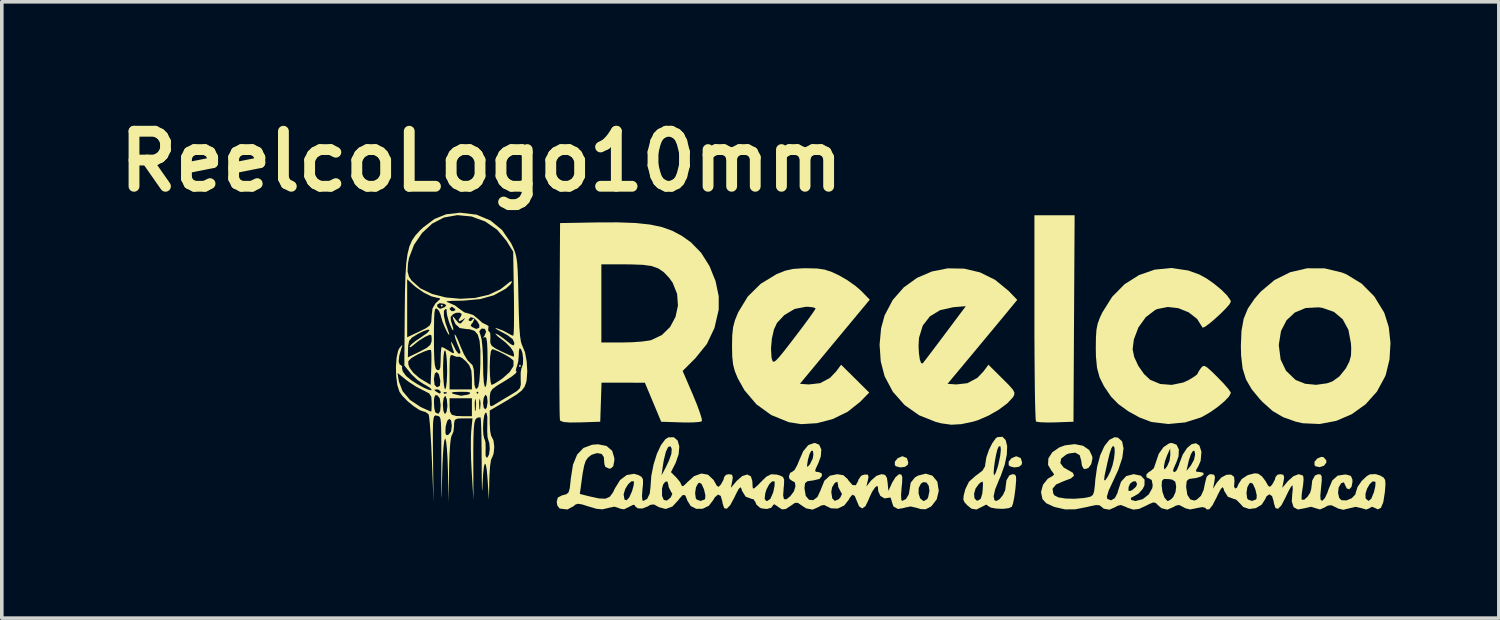
<source format=kicad_pcb>
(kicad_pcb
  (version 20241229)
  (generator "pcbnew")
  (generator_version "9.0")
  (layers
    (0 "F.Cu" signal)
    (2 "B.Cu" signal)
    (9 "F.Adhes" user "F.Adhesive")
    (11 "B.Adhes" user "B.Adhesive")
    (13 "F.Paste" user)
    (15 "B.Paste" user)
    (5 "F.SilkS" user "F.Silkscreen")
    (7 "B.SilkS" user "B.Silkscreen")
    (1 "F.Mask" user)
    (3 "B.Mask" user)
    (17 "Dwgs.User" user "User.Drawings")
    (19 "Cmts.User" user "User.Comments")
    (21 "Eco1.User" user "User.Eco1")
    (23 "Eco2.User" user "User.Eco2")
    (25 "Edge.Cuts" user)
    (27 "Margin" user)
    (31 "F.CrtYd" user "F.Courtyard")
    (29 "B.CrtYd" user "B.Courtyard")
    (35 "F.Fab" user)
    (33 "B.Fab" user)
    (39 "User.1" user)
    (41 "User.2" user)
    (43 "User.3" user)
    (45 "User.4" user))
  (footprint "ReelcoLogo10mm"
    (layer "F.Cu")
    (at 21.757 6.803)
    (property "Reference" "ReelcoLogo10mm" (at -11.481 -5.385 0) (layer "F.SilkS") (effects (font (size 1.524 1.524) (thickness 0.3))))
    (attr board_only exclude_from_pos_files exclude_from_bom)
    (fp_poly (pts (xy -12.545 -1.391) (xy -12.576 -1.36) (xy -12.607 -1.391) (xy -12.576 -1.421)) (stroke (width 0) (type solid)) (fill yes) (layer "F.SilkS"))
    (fp_poly (pts (xy -10.382 0.278) (xy -10.413 0.309) (xy -10.444 0.278) (xy -10.413 0.247)) (stroke (width 0) (type solid)) (fill yes) (layer "F.SilkS"))
    (fp_poly (pts (xy 11.835 2.803) (xy 11.911 2.888) (xy 11.916 2.951) (xy 11.848 3.041) (xy 11.728 3.081) (xy 11.616 3.056) (xy 11.586 3.026) (xy 11.586 2.931) (xy 11.663 2.841) (xy 11.774 2.796)) (stroke (width 0) (type solid)) (fill yes) (layer "F.SilkS"))
    (fp_poly (pts (xy 0.302 2.83) (xy 0.339 2.951) (xy 0.326 3.013) (xy 0.25 3.072) (xy 0.121 3.088) (xy 0.003 3.058) (xy -0.033 3.026) (xy -0.032 2.928) (xy 0.046 2.833) (xy 0.166 2.782) (xy 0.186 2.781)) (stroke (width 0) (type solid)) (fill yes) (layer "F.SilkS"))
    (fp_poly (pts (xy 3.453 2.83) (xy 3.491 2.951) (xy 3.477 3.013) (xy 3.402 3.072) (xy 3.273 3.088) (xy 3.155 3.058) (xy 3.119 3.026) (xy 3.119 2.928) (xy 3.198 2.833) (xy 3.318 2.782) (xy 3.338 2.781)) (stroke (width 0) (type solid)) (fill yes) (layer "F.SilkS"))
    (fp_poly (pts (xy 4.929 -1.035) (xy 4.913 1.823) (xy 4.416 1.841) (xy 4.179 1.844) (xy 3.991 1.837) (xy 3.885 1.821) (xy 3.875 1.815) (xy 3.866 1.746) (xy 3.858 1.566) (xy 3.85 1.288) (xy 3.844 0.923) (xy 3.839 0.484) (xy 3.835 -0.016) (xy 3.832 -0.564) (xy 3.832 -1.061) (xy 3.832 -3.893) (xy 4.945 -3.893)) (stroke (width 0) (type solid)) (fill yes) (layer "F.SilkS"))
    (fp_poly (pts (xy 11.864 -2.424) (xy 12.342 -2.309) (xy 12.473 -2.256) (xy 12.891 -2.001) (xy 13.24 -1.649) (xy 13.51 -1.208) (xy 13.521 -1.185) (xy 13.642 -0.799) (xy 13.69 -0.357) (xy 13.663 0.097) (xy 13.561 0.519) (xy 13.542 0.568) (xy 13.315 0.988) (xy 13.001 1.34) (xy 12.619 1.614) (xy 12.188 1.799) (xy 11.729 1.886) (xy 11.261 1.865) (xy 11.067 1.821) (xy 10.718 1.697) (xy 10.428 1.527) (xy 10.15 1.279) (xy 10.075 1.2) (xy 9.844 0.92) (xy 9.688 0.648) (xy 9.596 0.35) (xy 9.554 -0.011) (xy 9.548 -0.278) (xy 9.548 -0.283) (xy 10.599 -0.283) (xy 10.649 0.101) (xy 10.798 0.412) (xy 11.048 0.653) (xy 11.08 0.674) (xy 11.329 0.772) (xy 11.63 0.801) (xy 11.934 0.759) (xy 12.09 0.703) (xy 12.277 0.566) (xy 12.445 0.357) (xy 12.462 0.33) (xy 12.552 0.155) (xy 12.596 -0.004) (xy 12.603 -0.203) (xy 12.596 -0.341) (xy 12.525 -0.721) (xy 12.367 -1.014) (xy 12.125 -1.218) (xy 11.802 -1.33) (xy 11.694 -1.344) (xy 11.34 -1.325) (xy 11.042 -1.201) (xy 10.811 -0.985) (xy 10.659 -0.688) (xy 10.6 -0.322) (xy 10.599 -0.283) (xy 9.548 -0.283) (xy 9.565 -0.694) (xy 9.625 -1.027) (xy 9.742 -1.311) (xy 9.928 -1.584) (xy 10.101 -1.782) (xy 10.479 -2.1) (xy 10.912 -2.316) (xy 11.38 -2.425)) (stroke (width 0) (type solid)) (fill yes) (layer "F.SilkS"))
    (fp_poly (pts (xy 1.883 -2.416) (xy 2.325 -2.312) (xy 2.743 -2.106) (xy 3.115 -1.801) (xy 3.356 -1.551) (xy 3.011 -1.131) (xy 2.842 -0.927) (xy 2.62 -0.66) (xy 2.37 -0.359) (xy 2.118 -0.055) (xy 2.046 0.031) (xy 1.427 0.773) (xy 1.668 0.791) (xy 1.976 0.756) (xy 2.251 0.609) (xy 2.422 0.43) (xy 2.559 0.245) (xy 2.943 0.626) (xy 3.127 0.81) (xy 3.234 0.933) (xy 3.278 1.015) (xy 3.273 1.082) (xy 3.236 1.148) (xy 3.081 1.314) (xy 2.845 1.49) (xy 2.563 1.652) (xy 2.273 1.778) (xy 2.135 1.821) (xy 1.807 1.89) (xy 1.533 1.906) (xy 1.257 1.868) (xy 1.108 1.831) (xy 0.641 1.645) (xy 0.236 1.36) (xy -0.089 0.991) (xy -0.317 0.561) (xy -0.423 0.151) (xy -0.452 -0.274) (xy 0.624 -0.274) (xy 0.634 -0.075) (xy 0.658 0.093) (xy 0.694 0.198) (xy 0.735 0.211) (xy 0.737 0.209) (xy 0.789 0.143) (xy 0.902 -0.004) (xy 1.06 -0.213) (xy 1.25 -0.465) (xy 1.359 -0.611) (xy 1.932 -1.376) (xy 1.582 -1.347) (xy 1.221 -1.266) (xy 0.938 -1.094) (xy 0.741 -0.839) (xy 0.639 -0.509) (xy 0.635 -0.474) (xy 0.624 -0.274) (xy -0.452 -0.274) (xy -0.455 -0.307) (xy -0.413 -0.763) (xy -0.316 -1.121) (xy -0.09 -1.549) (xy 0.215 -1.897) (xy 0.582 -2.16) (xy 0.994 -2.337) (xy 1.433 -2.424)) (stroke (width 0) (type solid)) (fill yes) (layer "F.SilkS"))
    (fp_poly (pts (xy -7.212 -3.679) (xy -6.814 -3.637) (xy -6.48 -3.566) (xy -6.192 -3.463) (xy -5.931 -3.324) (xy -5.678 -3.144) (xy -5.677 -3.143) (xy -5.395 -2.854) (xy -5.163 -2.485) (xy -4.996 -2.071) (xy -4.908 -1.649) (xy -4.909 -1.281) (xy -5.027 -0.77) (xy -5.237 -0.329) (xy -5.552 0.061) (xy -5.559 0.069) (xy -5.907 0.417) (xy -5.618 1.089) (xy -5.509 1.355) (xy -5.427 1.58) (xy -5.379 1.74) (xy -5.374 1.81) (xy -5.452 1.83) (xy -5.623 1.842) (xy -5.855 1.844) (xy -5.96 1.841) (xy -6.501 1.823) (xy -6.727 1.283) (xy -6.953 0.743) (xy -7.553 0.742) (xy -8.153 0.742) (xy -8.189 1.823) (xy -8.73 1.841) (xy -9.016 1.845) (xy -9.195 1.832) (xy -9.286 1.801) (xy -9.303 1.779) (xy -9.309 1.702) (xy -9.314 1.515) (xy -9.317 1.23) (xy -9.32 0.861) (xy -9.321 0.42) (xy -9.321 -0.079) (xy -9.32 -0.371) (xy -8.158 -0.371) (xy -7.586 -0.371) (xy -7.301 -0.378) (xy -7.035 -0.397) (xy -6.832 -0.425) (xy -6.781 -0.436) (xy -6.483 -0.577) (xy -6.255 -0.8) (xy -6.104 -1.081) (xy -6.037 -1.395) (xy -6.061 -1.717) (xy -6.184 -2.025) (xy -6.282 -2.162) (xy -6.427 -2.315) (xy -6.578 -2.42) (xy -6.763 -2.486) (xy -7.008 -2.521) (xy -7.34 -2.533) (xy -7.475 -2.534) (xy -8.158 -2.534) (xy -8.158 -0.371) (xy -9.32 -0.371) (xy -9.319 -0.624) (xy -9.317 -0.989) (xy -9.301 -3.677) (xy -8.281 -3.695) (xy -7.695 -3.697)) (stroke (width 0) (type solid)) (fill yes) (layer "F.SilkS"))
    (fp_poly (pts (xy -2.185 -2.419) (xy -1.976 -2.389) (xy -1.778 -2.323) (xy -1.591 -2.236) (xy -1.347 -2.096) (xy -1.111 -1.928) (xy -0.966 -1.801) (xy -0.727 -1.556) (xy -1.694 -0.392) (xy -2.661 0.773) (xy -2.416 0.791) (xy -2.103 0.756) (xy -1.827 0.609) (xy -1.657 0.43) (xy -1.52 0.245) (xy -1.131 0.63) (xy -0.742 1.016) (xy -0.997 1.276) (xy -1.339 1.547) (xy -1.746 1.746) (xy -2.185 1.863) (xy -2.624 1.89) (xy -2.971 1.835) (xy -3.454 1.638) (xy -3.864 1.342) (xy -4.196 0.951) (xy -4.381 0.621) (xy -4.462 0.424) (xy -4.511 0.239) (xy -4.534 0.02) (xy -4.539 -0.209) (xy -3.461 -0.209) (xy -3.447 0.039) (xy -3.435 0.094) (xy -3.415 0.149) (xy -3.382 0.164) (xy -3.326 0.129) (xy -3.234 0.032) (xy -3.095 -0.138) (xy -2.898 -0.392) (xy -2.811 -0.506) (xy -2.61 -0.77) (xy -2.439 -1.001) (xy -2.311 -1.18) (xy -2.238 -1.289) (xy -2.226 -1.313) (xy -2.28 -1.341) (xy -2.419 -1.358) (xy -2.494 -1.36) (xy -2.805 -1.3) (xy -3.092 -1.13) (xy -3.295 -0.914) (xy -3.378 -0.735) (xy -3.436 -0.483) (xy -3.461 -0.209) (xy -4.539 -0.209) (xy -4.54 -0.277) (xy -4.54 -0.278) (xy -4.534 -0.573) (xy -4.511 -0.791) (xy -4.461 -0.981) (xy -4.377 -1.189) (xy -4.362 -1.22) (xy -4.102 -1.645) (xy -3.745 -1.997) (xy -3.305 -2.264) (xy -3.294 -2.269) (xy -3.067 -2.359) (xy -2.845 -2.408) (xy -2.573 -2.426) (xy -2.463 -2.426)) (stroke (width 0) (type solid)) (fill yes) (layer "F.SilkS"))
    (fp_poly (pts (xy 8.09 -2.364) (xy 8.397 -2.254) (xy 8.597 -2.144) (xy 8.809 -1.995) (xy 9.008 -1.831) (xy 9.166 -1.673) (xy 9.257 -1.544) (xy 9.27 -1.498) (xy 9.23 -1.426) (xy 9.125 -1.307) (xy 8.981 -1.163) (xy 8.82 -1.016) (xy 8.669 -0.889) (xy 8.55 -0.803) (xy 8.489 -0.781) (xy 8.486 -0.785) (xy 8.336 -1.023) (xy 8.103 -1.205) (xy 7.82 -1.32) (xy 7.519 -1.354) (xy 7.233 -1.297) (xy 7.173 -1.269) (xy 6.914 -1.071) (xy 6.711 -0.788) (xy 6.585 -0.456) (xy 6.551 -0.183) (xy 6.595 0.032) (xy 6.709 0.277) (xy 6.867 0.504) (xy 7.039 0.664) (xy 7.315 0.778) (xy 7.633 0.803) (xy 7.953 0.737) (xy 8.103 0.668) (xy 8.248 0.58) (xy 8.335 0.514) (xy 8.345 0.498) (xy 8.38 0.428) (xy 8.438 0.343) (xy 8.488 0.288) (xy 8.541 0.278) (xy 8.619 0.323) (xy 8.744 0.435) (xy 8.9 0.588) (xy 9.07 0.764) (xy 9.198 0.912) (xy 9.265 1.009) (xy 9.27 1.026) (xy 9.221 1.123) (xy 9.092 1.258) (xy 8.909 1.411) (xy 8.7 1.559) (xy 8.492 1.679) (xy 8.443 1.703) (xy 8.005 1.842) (xy 7.538 1.886) (xy 7.088 1.832) (xy 7.045 1.821) (xy 6.742 1.705) (xy 6.43 1.533) (xy 6.154 1.333) (xy 5.956 1.13) (xy 5.953 1.127) (xy 5.761 0.845) (xy 5.636 0.594) (xy 5.565 0.332) (xy 5.535 0.016) (xy 5.531 -0.216) (xy 5.535 -0.514) (xy 5.55 -0.728) (xy 5.585 -0.898) (xy 5.646 -1.062) (xy 5.712 -1.202) (xy 5.986 -1.638) (xy 6.329 -1.985) (xy 6.727 -2.237) (xy 7.162 -2.388) (xy 7.622 -2.433)) (stroke (width 0) (type solid)) (fill yes) (layer "F.SilkS"))
    (fp_poly (pts (xy 3.036 2.33) (xy 3.077 2.5) (xy 3.068 2.734) (xy 3.009 3.014) (xy 2.9 3.323) (xy 2.857 3.42) (xy 2.746 3.693) (xy 2.702 3.888) (xy 2.726 3.997) (xy 2.778 4.017) (xy 2.868 3.967) (xy 2.961 3.851) (xy 3.022 3.719) (xy 3.029 3.672) (xy 3.058 3.445) (xy 3.137 3.309) (xy 3.226 3.275) (xy 3.289 3.285) (xy 3.321 3.331) (xy 3.326 3.441) (xy 3.309 3.642) (xy 3.304 3.693) (xy 3.274 3.914) (xy 3.239 4.089) (xy 3.206 4.178) (xy 3.115 4.218) (xy 2.957 4.235) (xy 2.78 4.228) (xy 2.628 4.202) (xy 2.55 4.156) (xy 2.548 4.152) (xy 2.499 4.117) (xy 2.391 4.172) (xy 2.227 4.254) (xy 2.089 4.231) (xy 1.978 4.141) (xy 1.895 4.052) (xy 1.863 3.974) (xy 1.874 3.863) (xy 1.887 3.814) (xy 2.162 3.814) (xy 2.17 3.938) (xy 2.229 4.004) (xy 2.271 4.006) (xy 2.347 3.953) (xy 2.388 3.816) (xy 2.399 3.71) (xy 2.408 3.542) (xy 2.396 3.479) (xy 2.348 3.5) (xy 2.291 3.55) (xy 2.203 3.672) (xy 2.162 3.814) (xy 1.887 3.814) (xy 1.919 3.691) (xy 2.019 3.485) (xy 2.205 3.319) (xy 2.228 3.304) (xy 2.317 3.236) (xy 2.703 3.236) (xy 2.713 3.304) (xy 2.722 3.304) (xy 2.762 3.233) (xy 2.813 3.084) (xy 2.835 3.002) (xy 2.885 2.765) (xy 2.903 2.591) (xy 2.889 2.5) (xy 2.844 2.508) (xy 2.808 2.587) (xy 2.771 2.735) (xy 2.737 2.916) (xy 2.713 3.095) (xy 2.703 3.236) (xy 2.317 3.236) (xy 2.392 3.179) (xy 2.464 3.059) (xy 2.473 2.981) (xy 2.502 2.807) (xy 2.572 2.604) (xy 2.666 2.415) (xy 2.762 2.282) (xy 2.81 2.248) (xy 2.947 2.24)) (stroke (width 0) (type solid)) (fill yes) (layer "F.SilkS"))
    (fp_poly (pts (xy 6.145 2.263) (xy 6.26 2.368) (xy 6.299 2.559) (xy 6.264 2.824) (xy 6.155 3.153) (xy 6.013 3.461) (xy 5.888 3.727) (xy 5.838 3.896) (xy 5.85 3.959) (xy 5.955 3.999) (xy 6.059 3.937) (xy 6.133 3.793) (xy 6.143 3.748) (xy 6.147 3.736) (xy 6.435 3.736) (xy 6.493 3.737) (xy 6.546 3.711) (xy 6.647 3.62) (xy 6.674 3.547) (xy 6.639 3.473) (xy 6.561 3.476) (xy 6.48 3.538) (xy 6.438 3.636) (xy 6.435 3.736) (xy 6.147 3.736) (xy 6.23 3.484) (xy 6.373 3.328) (xy 6.576 3.275) (xy 6.583 3.275) (xy 6.779 3.316) (xy 6.881 3.425) (xy 6.879 3.584) (xy 6.827 3.689) (xy 6.715 3.813) (xy 6.606 3.877) (xy 6.502 3.931) (xy 6.511 3.988) (xy 6.625 4.017) (xy 6.635 4.017) (xy 6.831 3.966) (xy 6.997 3.836) (xy 7.095 3.662) (xy 7.106 3.585) (xy 7.354 3.585) (xy 7.377 3.768) (xy 7.433 3.924) (xy 7.507 4.011) (xy 7.532 4.017) (xy 7.608 3.975) (xy 7.675 3.909) (xy 7.739 3.769) (xy 7.757 3.615) (xy 7.731 3.483) (xy 7.648 3.426) (xy 7.55 3.411) (xy 7.415 3.408) (xy 7.363 3.462) (xy 7.354 3.585) (xy 7.106 3.585) (xy 7.107 3.58) (xy 7.079 3.436) (xy 7.014 3.399) (xy 6.934 3.362) (xy 6.932 3.282) (xy 7.003 3.211) (xy 7.037 3.198) (xy 7.138 3.111) (xy 7.157 3.055) (xy 7.419 3.055) (xy 7.422 3.139) (xy 7.454 3.123) (xy 7.507 3.055) (xy 7.573 2.905) (xy 7.594 2.75) (xy 7.591 2.565) (xy 7.507 2.75) (xy 7.445 2.918) (xy 7.419 3.055) (xy 7.157 3.055) (xy 7.193 2.95) (xy 7.273 2.713) (xy 7.404 2.528) (xy 7.56 2.423) (xy 7.636 2.41) (xy 7.767 2.46) (xy 7.831 2.592) (xy 7.822 2.781) (xy 7.764 2.944) (xy 7.691 3.106) (xy 7.669 3.185) (xy 7.694 3.212) (xy 7.723 3.214) (xy 7.753 3.183) (xy 8.042 3.183) (xy 8.162 3.037) (xy 8.25 2.877) (xy 8.281 2.731) (xy 8.264 2.629) (xy 8.221 2.63) (xy 8.166 2.719) (xy 8.11 2.882) (xy 8.095 2.943) (xy 8.042 3.183) (xy 7.753 3.183) (xy 7.775 3.16) (xy 7.831 3.026) (xy 7.846 2.974) (xy 7.939 2.731) (xy 8.057 2.552) (xy 8.184 2.445) (xy 8.304 2.418) (xy 8.399 2.481) (xy 8.452 2.642) (xy 8.455 2.67) (xy 8.434 2.905) (xy 8.37 3.056) (xy 8.305 3.166) (xy 8.316 3.207) (xy 8.403 3.214) (xy 8.508 3.235) (xy 8.516 3.284) (xy 8.446 3.339) (xy 8.314 3.381) (xy 8.261 3.387) (xy 8.113 3.408) (xy 8.049 3.464) (xy 8.034 3.594) (xy 8.034 3.642) (xy 8.065 3.845) (xy 8.146 3.972) (xy 8.26 4.006) (xy 8.329 3.978) (xy 8.442 3.875) (xy 8.515 3.715) (xy 8.559 3.507) (xy 8.6 3.348) (xy 8.669 3.283) (xy 8.724 3.275) (xy 8.809 3.292) (xy 8.831 3.365) (xy 8.815 3.476) (xy 8.777 3.677) (xy 8.885 3.505) (xy 9.009 3.365) (xy 9.149 3.292) (xy 9.275 3.286) (xy 9.359 3.347) (xy 9.372 3.477) (xy 9.368 3.495) (xy 9.36 3.618) (xy 9.387 3.673) (xy 9.44 3.648) (xy 9.482 3.549) (xy 9.572 3.409) (xy 9.737 3.301) (xy 9.925 3.252) (xy 10.023 3.26) (xy 10.131 3.334) (xy 10.233 3.47) (xy 10.238 3.48) (xy 10.308 3.602) (xy 10.356 3.625) (xy 10.415 3.562) (xy 10.421 3.553) (xy 10.489 3.428) (xy 10.506 3.356) (xy 10.558 3.292) (xy 10.637 3.275) (xy 10.726 3.292) (xy 10.746 3.367) (xy 10.731 3.465) (xy 10.693 3.654) (xy 10.852 3.465) (xy 11.002 3.331) (xy 11.147 3.276) (xy 11.256 3.308) (xy 11.274 3.33) (xy 11.284 3.42) (xy 11.27 3.582) (xy 11.255 3.668) (xy 11.231 3.843) (xy 11.228 3.96) (xy 11.236 3.984) (xy 11.303 3.981) (xy 11.39 3.903) (xy 11.465 3.79) (xy 11.496 3.683) (xy 11.524 3.45) (xy 11.601 3.311) (xy 11.691 3.275) (xy 11.755 3.286) (xy 11.785 3.337) (xy 11.787 3.455) (xy 11.767 3.654) (xy 11.748 3.864) (xy 11.753 3.975) (xy 11.785 4.009) (xy 11.81 4.005) (xy 11.876 3.933) (xy 11.946 3.782) (xy 11.977 3.688) (xy 12.08 3.447) (xy 12.227 3.316) (xy 12.432 3.284) (xy 12.471 3.287) (xy 12.593 3.323) (xy 12.635 3.42) (xy 12.638 3.487) (xy 12.611 3.627) (xy 12.548 3.693) (xy 12.478 3.669) (xy 12.441 3.59) (xy 12.399 3.501) (xy 12.331 3.522) (xy 12.322 3.529) (xy 12.255 3.643) (xy 12.239 3.796) (xy 12.271 3.934) (xy 12.333 3.996) (xy 12.474 4.001) (xy 12.619 3.939) (xy 12.716 3.838) (xy 12.721 3.819) (xy 12.997 3.819) (xy 13.001 3.938) (xy 13.011 3.958) (xy 13.085 4.016) (xy 13.16 3.951) (xy 13.233 3.769) (xy 13.27 3.607) (xy 13.275 3.499) (xy 13.268 3.483) (xy 13.195 3.475) (xy 13.113 3.552) (xy 13.04 3.679) (xy 12.997 3.819) (xy 12.721 3.819) (xy 12.731 3.779) (xy 12.777 3.631) (xy 12.891 3.464) (xy 13.035 3.328) (xy 13.121 3.28) (xy 13.28 3.273) (xy 13.408 3.314) (xy 13.497 3.367) (xy 13.542 3.435) (xy 13.551 3.552) (xy 13.536 3.755) (xy 13.535 3.767) (xy 13.491 4.049) (xy 13.424 4.21) (xy 13.335 4.249) (xy 13.27 4.214) (xy 13.174 4.176) (xy 13.114 4.215) (xy 13.021 4.255) (xy 12.892 4.217) (xy 12.726 4.179) (xy 12.547 4.221) (xy 12.383 4.261) (xy 12.243 4.227) (xy 12.184 4.196) (xy 12.053 4.135) (xy 11.955 4.145) (xy 11.872 4.193) (xy 11.739 4.252) (xy 11.623 4.219) (xy 11.619 4.217) (xy 11.49 4.178) (xy 11.32 4.217) (xy 11.127 4.253) (xy 11.006 4.188) (xy 10.957 4.025) (xy 10.968 3.851) (xy 10.984 3.69) (xy 10.979 3.595) (xy 10.97 3.584) (xy 10.927 3.636) (xy 10.854 3.771) (xy 10.779 3.929) (xy 10.669 4.139) (xy 10.576 4.234) (xy 10.505 4.213) (xy 10.461 4.074) (xy 10.456 4.028) (xy 10.412 3.883) (xy 10.337 3.833) (xy 10.259 3.887) (xy 10.227 3.957) (xy 10.124 4.119) (xy 9.963 4.215) (xy 9.78 4.239) (xy 9.614 4.184) (xy 9.517 4.078) (xy 9.418 3.98) (xy 9.337 3.955) (xy 9.186 3.899) (xy 9.122 3.794) (xy 9.703 3.794) (xy 9.72 3.934) (xy 9.744 3.976) (xy 9.853 4.016) (xy 9.962 3.978) (xy 9.981 3.955) (xy 9.987 3.86) (xy 9.952 3.708) (xy 9.942 3.679) (xy 9.88 3.543) (xy 9.822 3.511) (xy 9.784 3.532) (xy 9.726 3.639) (xy 9.703 3.794) (xy 9.122 3.794) (xy 9.086 3.737) (xy 9.07 3.677) (xy 9.042 3.635) (xy 8.992 3.686) (xy 8.911 3.84) (xy 8.879 3.909) (xy 8.764 4.133) (xy 8.675 4.245) (xy 8.603 4.253) (xy 8.563 4.208) (xy 8.484 4.186) (xy 8.331 4.213) (xy 8.315 4.218) (xy 8.14 4.252) (xy 8.005 4.216) (xy 7.958 4.188) (xy 7.836 4.127) (xy 7.741 4.148) (xy 7.695 4.178) (xy 7.512 4.258) (xy 7.347 4.216) (xy 7.265 4.144) (xy 7.19 4.071) (xy 7.121 4.057) (xy 7.012 4.102) (xy 6.931 4.144) (xy 6.728 4.237) (xy 6.571 4.256) (xy 6.41 4.205) (xy 6.36 4.18) (xy 6.227 4.129) (xy 6.126 4.153) (xy 6.086 4.18) (xy 5.909 4.258) (xy 5.752 4.231) (xy 5.693 4.181) (xy 5.633 4.136) (xy 5.535 4.13) (xy 5.364 4.165) (xy 5.301 4.181) (xy 4.962 4.248) (xy 4.679 4.25) (xy 4.403 4.187) (xy 4.363 4.173) (xy 4.16 4.08) (xy 4.055 3.965) (xy 4.019 3.796) (xy 4.018 3.754) (xy 4.07 3.566) (xy 4.202 3.401) (xy 4.333 3.325) (xy 4.379 3.285) (xy 4.33 3.21) (xy 4.31 3.189) (xy 4.209 3.018) (xy 4.218 2.839) (xy 4.325 2.67) (xy 4.52 2.535) (xy 4.674 2.478) (xy 4.947 2.443) (xy 5.18 2.489) (xy 5.349 2.606) (xy 5.433 2.782) (xy 5.438 2.845) (xy 5.405 2.998) (xy 5.324 3.106) (xy 5.225 3.135) (xy 5.194 3.123) (xy 5.147 3.038) (xy 5.129 2.905) (xy 5.085 2.748) (xy 4.964 2.679) (xy 4.781 2.703) (xy 4.713 2.732) (xy 4.573 2.842) (xy 4.549 2.968) (xy 4.64 3.089) (xy 4.743 3.148) (xy 4.896 3.236) (xy 4.929 3.317) (xy 4.841 3.394) (xy 4.651 3.465) (xy 4.433 3.56) (xy 4.334 3.677) (xy 4.354 3.813) (xy 4.39 3.865) (xy 4.498 3.918) (xy 4.69 3.949) (xy 4.932 3.956) (xy 5.186 3.937) (xy 5.299 3.918) (xy 5.394 3.893) (xy 5.452 3.847) (xy 5.485 3.751) (xy 5.506 3.576) (xy 5.517 3.438) (xy 5.762 3.438) (xy 5.792 3.447) (xy 5.857 3.353) (xy 5.935 3.198) (xy 5.995 3.028) (xy 6.036 2.841) (xy 6.055 2.668) (xy 6.05 2.542) (xy 6.016 2.494) (xy 6.001 2.499) (xy 5.962 2.56) (xy 5.913 2.708) (xy 5.853 2.954) (xy 5.776 3.309) (xy 5.774 3.322) (xy 5.762 3.438) (xy 5.517 3.438) (xy 5.517 3.432) (xy 5.568 3.067) (xy 5.654 2.75) (xy 5.769 2.498) (xy 5.904 2.326) (xy 6.049 2.252)) (stroke (width 0) (type solid)) (fill yes) (layer "F.SilkS"))
    (fp_poly (pts (xy -6.046 2.344) (xy -6 2.507) (xy -6.017 2.72) (xy -6.1 2.961) (xy -6.113 2.987) (xy -6.231 3.219) (xy -6.082 3.368) (xy -5.979 3.492) (xy -5.931 3.592) (xy -5.931 3.597) (xy -5.897 3.609) (xy -5.815 3.538) (xy -5.792 3.511) (xy -5.592 3.331) (xy -5.39 3.257) (xy -5.205 3.29) (xy -5.055 3.431) (xy -5.028 3.477) (xy -4.958 3.6) (xy -4.91 3.625) (xy -4.851 3.564) (xy -4.844 3.553) (xy -4.776 3.428) (xy -4.759 3.356) (xy -4.707 3.292) (xy -4.627 3.275) (xy -4.539 3.292) (xy -4.519 3.367) (xy -4.534 3.465) (xy -4.572 3.654) (xy -4.41 3.461) (xy -4.257 3.327) (xy -4.119 3.284) (xy -4.019 3.334) (xy -3.979 3.461) (xy -3.971 3.602) (xy -3.964 3.672) (xy -3.923 3.664) (xy -3.827 3.581) (xy -3.754 3.505) (xy -3.593 3.346) (xy -3.457 3.278) (xy -3.304 3.286) (xy -3.222 3.309) (xy -3.134 3.349) (xy -3.098 3.419) (xy -3.1 3.557) (xy -3.11 3.649) (xy -3.125 3.864) (xy -3.102 3.968) (xy -3.033 3.969) (xy -2.925 3.883) (xy -2.827 3.751) (xy -2.784 3.612) (xy -2.8 3.503) (xy -2.874 3.461) (xy -2.949 3.409) (xy -2.966 3.337) (xy -2.93 3.237) (xy -2.88 3.214) (xy -2.81 3.16) (xy -2.744 3.043) (xy -2.464 3.043) (xy -2.451 3.074) (xy -2.394 3.014) (xy -2.384 3.001) (xy -2.306 2.843) (xy -2.287 2.726) (xy -2.303 2.627) (xy -2.344 2.628) (xy -2.393 2.715) (xy -2.437 2.869) (xy -2.444 2.907) (xy -2.464 3.043) (xy -2.744 3.043) (xy -2.732 3.022) (xy -2.694 2.925) (xy -2.569 2.639) (xy -2.427 2.469) (xy -2.262 2.41) (xy -2.253 2.41) (xy -2.127 2.459) (xy -2.068 2.591) (xy -2.082 2.783) (xy -2.152 2.974) (xy -2.223 3.123) (xy -2.239 3.192) (xy -2.199 3.212) (xy -2.151 3.214) (xy -2.058 3.25) (xy -2.051 3.322) (xy -2.117 3.406) (xy -2.284 3.447) (xy -2.303 3.449) (xy -2.454 3.471) (xy -2.519 3.526) (xy -2.534 3.65) (xy -2.534 3.673) (xy -2.498 3.877) (xy -2.408 3.984) (xy -2.292 3.995) (xy -2.176 3.907) (xy -2.11 3.767) (xy -1.792 3.767) (xy -1.766 3.943) (xy -1.696 4.014) (xy -1.592 3.973) (xy -1.543 3.922) (xy -1.496 3.823) (xy -1.535 3.755) (xy -1.597 3.635) (xy -1.607 3.565) (xy -1.622 3.484) (xy -1.686 3.512) (xy -1.7 3.523) (xy -1.77 3.639) (xy -1.792 3.767) (xy -2.11 3.767) (xy -2.087 3.718) (xy -2.083 3.703) (xy -1.983 3.457) (xy -1.832 3.318) (xy -1.627 3.275) (xy -1.457 3.304) (xy -1.339 3.411) (xy -1.309 3.457) (xy -1.203 3.577) (xy -1.112 3.58) (xy -1.049 3.464) (xy -1.042 3.43) (xy -0.966 3.32) (xy -0.878 3.286) (xy -0.781 3.286) (xy -0.761 3.348) (xy -0.779 3.441) (xy -0.821 3.615) (xy -0.684 3.445) (xy -0.54 3.321) (xy -0.401 3.275) (xy -0.302 3.295) (xy -0.252 3.376) (xy -0.233 3.507) (xy -0.211 3.739) (xy -0.105 3.507) (xy -0.016 3.362) (xy 0.075 3.281) (xy 0.1 3.275) (xy 0.153 3.293) (xy 0.174 3.363) (xy 0.169 3.513) (xy 0.155 3.646) (xy 0.14 3.847) (xy 0.146 3.979) (xy 0.167 4.017) (xy 0.276 3.963) (xy 0.353 3.834) (xy 0.357 3.811) (xy 0.625 3.811) (xy 0.669 3.945) (xy 0.753 4.015) (xy 0.773 4.017) (xy 0.861 3.967) (xy 0.889 3.919) (xy 0.926 3.743) (xy 0.906 3.597) (xy 0.843 3.505) (xy 0.75 3.496) (xy 0.687 3.54) (xy 0.628 3.66) (xy 0.625 3.811) (xy 0.357 3.811) (xy 0.371 3.732) (xy 0.406 3.511) (xy 0.525 3.364) (xy 0.61 3.314) (xy 0.825 3.261) (xy 1.009 3.317) (xy 1.137 3.473) (xy 1.146 3.494) (xy 1.184 3.735) (xy 1.128 3.97) (xy 0.988 4.154) (xy 0.951 4.182) (xy 0.817 4.247) (xy 0.685 4.242) (xy 0.588 4.211) (xy 0.403 4.169) (xy 0.244 4.201) (xy 0.225 4.21) (xy 0.053 4.239) (xy -0.073 4.168) (xy -0.124 4.013) (xy -0.124 4.006) (xy -0.149 3.925) (xy -0.186 3.925) (xy -0.317 3.946) (xy -0.434 3.876) (xy -0.493 3.744) (xy -0.494 3.722) (xy -0.503 3.612) (xy -0.542 3.609) (xy -0.585 3.649) (xy -0.663 3.764) (xy -0.743 3.937) (xy -0.761 3.986) (xy -0.848 4.164) (xy -0.938 4.224) (xy -1.022 4.165) (xy -1.079 4.032) (xy -1.142 3.877) (xy -1.208 3.843) (xy -1.282 3.931) (xy -1.307 3.982) (xy -1.434 4.142) (xy -1.612 4.227) (xy -1.799 4.221) (xy -1.872 4.186) (xy -1.992 4.127) (xy -2.088 4.149) (xy -2.131 4.178) (xy -2.31 4.257) (xy -2.491 4.221) (xy -2.605 4.146) (xy -2.717 4.069) (xy -2.797 4.069) (xy -2.907 4.145) (xy -3.053 4.24) (xy -3.159 4.249) (xy -3.272 4.175) (xy -3.286 4.162) (xy -3.369 4.108) (xy -3.399 4.127) (xy -3.451 4.203) (xy -3.573 4.239) (xy -3.717 4.224) (xy -3.767 4.204) (xy -3.867 4.115) (xy -3.893 4.046) (xy -3.944 3.971) (xy -4.001 3.957) (xy -3.637 3.957) (xy -3.6 4.012) (xy -3.564 4.017) (xy -3.478 3.958) (xy -3.404 3.789) (xy -3.397 3.764) (xy -3.363 3.599) (xy -3.359 3.491) (xy -3.366 3.474) (xy -3.433 3.475) (xy -3.515 3.562) (xy -3.589 3.704) (xy -3.622 3.817) (xy -3.637 3.957) (xy -4.001 3.957) (xy -4.009 3.955) (xy -4.162 3.899) (xy -4.263 3.737) (xy -4.279 3.677) (xy -4.307 3.636) (xy -4.357 3.687) (xy -4.439 3.842) (xy -4.472 3.914) (xy -4.589 4.131) (xy -4.685 4.232) (xy -4.757 4.216) (xy -4.802 4.082) (xy -4.809 4.028) (xy -4.853 3.876) (xy -4.93 3.84) (xy -5.021 3.921) (xy -5.057 3.987) (xy -5.182 4.15) (xy -5.351 4.232) (xy -5.53 4.235) (xy -5.684 4.157) (xy -5.781 3.999) (xy -5.783 3.988) (xy -5.834 3.861) (xy -5.902 3.849) (xy -5.998 3.954) (xy -6.022 3.989) (xy -6.19 4.171) (xy -6.375 4.239) (xy -6.563 4.189) (xy -6.579 4.179) (xy -6.703 4.113) (xy -6.798 4.123) (xy -6.882 4.172) (xy -7.023 4.226) (xy -7.152 4.22) (xy -7.226 4.16) (xy -7.231 4.133) (xy -7.274 4.122) (xy -7.38 4.174) (xy -7.391 4.181) (xy -7.529 4.248) (xy -7.639 4.231) (xy -7.665 4.215) (xy -7.795 4.175) (xy -7.968 4.21) (xy -7.978 4.214) (xy -8.128 4.248) (xy -8.287 4.235) (xy -8.503 4.172) (xy -8.693 4.112) (xy -8.806 4.094) (xy -8.879 4.118) (xy -8.93 4.163) (xy -9.1 4.253) (xy -9.306 4.227) (xy -9.316 4.223) (xy -9.376 4.144) (xy -9.394 4.041) (xy -9.363 3.922) (xy -9.248 3.862) (xy -9.217 3.855) (xy -9.123 3.829) (xy -9.066 3.778) (xy -9.034 3.672) (xy -9.012 3.482) (xy -9.004 3.398) (xy -8.943 3.011) (xy -8.827 2.73) (xy -8.653 2.549) (xy -8.413 2.46) (xy -8.25 2.447) (xy -8.014 2.494) (xy -7.859 2.627) (xy -7.798 2.831) (xy -7.799 2.901) (xy -7.828 3.054) (xy -7.893 3.115) (xy -7.941 3.121) (xy -8.049 3.073) (xy -8.074 2.997) (xy -8.085 2.859) (xy -8.089 2.803) (xy -8.148 2.716) (xy -8.273 2.691) (xy -8.421 2.735) (xy -8.44 2.747) (xy -8.529 2.817) (xy -8.591 2.906) (xy -8.636 3.043) (xy -8.676 3.256) (xy -8.702 3.441) (xy -8.754 3.822) (xy -8.49 3.889) (xy -8.224 3.947) (xy -8.045 3.954) (xy -7.925 3.901) (xy -7.884 3.846) (xy -7.54 3.846) (xy -7.518 3.976) (xy -7.462 3.999) (xy -7.388 3.923) (xy -7.311 3.754) (xy -7.307 3.741) (xy -7.264 3.585) (xy -7.255 3.485) (xy -7.26 3.473) (xy -7.329 3.474) (xy -7.416 3.554) (xy -7.494 3.68) (xy -7.537 3.814) (xy -7.54 3.846) (xy -7.884 3.846) (xy -7.835 3.78) (xy -7.786 3.675) (xy -7.64 3.439) (xy -7.456 3.299) (xy -7.252 3.265) (xy -7.13 3.3) (xy -7.044 3.35) (xy -7.005 3.422) (xy -7.005 3.553) (xy -7.02 3.693) (xy -7.033 3.878) (xy -7.022 3.994) (xy -7.003 4.017) (xy -6.89 3.961) (xy -6.818 3.81) (xy -6.802 3.672) (xy -6.478 3.672) (xy -6.478 3.874) (xy -6.429 3.989) (xy -6.342 4.005) (xy -6.24 3.922) (xy -6.193 3.823) (xy -6.209 3.794) (xy -5.562 3.794) (xy -5.545 3.934) (xy -5.521 3.976) (xy -5.412 4.016) (xy -5.303 3.978) (xy -5.284 3.955) (xy -5.278 3.86) (xy -5.313 3.708) (xy -5.323 3.679) (xy -5.385 3.543) (xy -5.443 3.511) (xy -5.481 3.532) (xy -5.538 3.639) (xy -5.562 3.794) (xy -6.209 3.794) (xy -6.232 3.755) (xy -6.294 3.634) (xy -6.304 3.567) (xy -6.329 3.479) (xy -6.386 3.482) (xy -6.446 3.558) (xy -6.478 3.672) (xy -6.802 3.672) (xy -6.798 3.637) (xy -6.775 3.322) (xy -6.772 3.306) (xy -6.492 3.306) (xy -6.376 3.09) (xy -6.287 2.902) (xy -6.224 2.726) (xy -6.219 2.708) (xy -6.21 2.574) (xy -6.242 2.503) (xy -6.308 2.522) (xy -6.372 2.654) (xy -6.429 2.887) (xy -6.452 3.028) (xy -6.492 3.306) (xy -6.772 3.306) (xy -6.712 3.004) (xy -6.62 2.711) (xy -6.507 2.469) (xy -6.384 2.306) (xy -6.302 2.255) (xy -6.149 2.253)) (stroke (width 0) (type solid)) (fill yes) (layer "F.SilkS"))
    (fp_poly (pts (xy -11.613 -3.91) (xy -11.227 -3.748) (xy -10.906 -3.484) (xy -10.658 -3.122) (xy -10.647 -3.099) (xy -10.587 -2.972) (xy -10.542 -2.857) (xy -10.511 -2.731) (xy -10.489 -2.573) (xy -10.474 -2.361) (xy -10.464 -2.075) (xy -10.455 -1.692) (xy -10.453 -1.579) (xy -10.442 -1.133) (xy -10.428 -0.796) (xy -10.409 -0.553) (xy -10.384 -0.389) (xy -10.351 -0.289) (xy -10.341 -0.27) (xy -10.27 -0.094) (xy -10.225 0.155) (xy -10.209 0.428) (xy -10.227 0.675) (xy -10.241 0.742) (xy -10.285 0.858) (xy -10.363 0.96) (xy -10.501 1.068) (xy -10.721 1.204) (xy -10.772 1.235) (xy -11.248 1.512) (xy -11.248 1.865) (xy -11.238 2.063) (xy -11.212 2.207) (xy -11.186 2.256) (xy -11.146 2.337) (xy -11.125 2.49) (xy -11.124 2.534) (xy -11.139 2.697) (xy -11.175 2.801) (xy -11.186 2.812) (xy -11.214 2.887) (xy -11.239 3.055) (xy -11.255 3.288) (xy -11.259 3.418) (xy -11.271 3.986) (xy -11.307 3.43) (xy -11.33 3.161) (xy -11.356 3.013) (xy -11.383 2.983) (xy -11.409 3.068) (xy -11.431 3.266) (xy -11.448 3.574) (xy -11.449 3.615) (xy -11.455 3.724) (xy -11.46 3.719) (xy -11.465 3.607) (xy -11.468 3.397) (xy -11.471 3.1) (xy -11.471 2.951) (xy -11.474 2.575) (xy -11.478 2.244) (xy -11.484 1.999) (xy -11.433 1.999) (xy -11.425 2.175) (xy -11.4 2.293) (xy -11.389 2.31) (xy -11.366 2.394) (xy -11.361 2.551) (xy -11.364 2.605) (xy -11.363 2.772) (xy -11.328 2.821) (xy -11.315 2.815) (xy -11.268 2.73) (xy -11.248 2.581) (xy -11.248 2.571) (xy -11.259 2.42) (xy -11.288 2.329) (xy -11.289 2.327) (xy -11.309 2.248) (xy -11.318 2.084) (xy -11.316 1.909) (xy -11.315 1.685) (xy -11.337 1.579) (xy -11.367 1.573) (xy -11.402 1.653) (xy -11.425 1.81) (xy -11.433 1.999) (xy -11.484 1.999) (xy -11.485 1.976) (xy -11.492 1.79) (xy -11.501 1.705) (xy -11.502 1.703) (xy -11.57 1.706) (xy -11.617 1.73) (xy -11.65 1.772) (xy -11.674 1.864) (xy -11.69 2.02) (xy -11.699 2.258) (xy -11.703 2.592) (xy -11.703 2.885) (xy -11.7 3.986) (xy -11.747 3.214) (xy -11.764 2.877) (xy -11.771 2.548) (xy -11.77 2.266) (xy -11.761 2.086) (xy -11.726 1.73) (xy -11.981 1.73) (xy -12.143 1.736) (xy -12.216 1.774) (xy -12.236 1.873) (xy -12.236 1.943) (xy -12.253 2.097) (xy -12.293 2.19) (xy -12.298 2.194) (xy -12.322 2.268) (xy -12.344 2.446) (xy -12.361 2.708) (xy -12.372 3.036) (xy -12.374 3.14) (xy -12.387 4.048) (xy -12.406 3.167) (xy -12.417 2.841) (xy -12.434 2.573) (xy -12.454 2.383) (xy -12.477 2.292) (xy -12.484 2.287) (xy -12.506 2.345) (xy -12.527 2.509) (xy -12.545 2.761) (xy -12.559 3.081) (xy -12.564 3.26) (xy -12.572 3.584) (xy -12.577 3.804) (xy -12.581 3.916) (xy -12.584 3.918) (xy -12.586 3.806) (xy -12.587 3.578) (xy -12.588 3.231) (xy -12.588 3.028) (xy -12.589 2.588) (xy -12.59 2.256) (xy -12.591 2.144) (xy -12.475 2.144) (xy -12.444 2.195) (xy -12.395 2.187) (xy -12.32 2.095) (xy -12.298 1.935) (xy -12.319 1.786) (xy -12.368 1.742) (xy -12.424 1.797) (xy -12.466 1.944) (xy -12.472 1.997) (xy -12.475 2.144) (xy -12.591 2.144) (xy -12.593 2.016) (xy -12.599 1.854) (xy -12.611 1.752) (xy -12.629 1.697) (xy -12.655 1.671) (xy -12.691 1.66) (xy -12.719 1.654) (xy -12.758 1.65) (xy -12.786 1.673) (xy -12.805 1.738) (xy -12.817 1.861) (xy -12.822 2.056) (xy -12.823 2.341) (xy -12.819 2.73) (xy -12.818 2.836) (xy -12.805 4.048) (xy -12.85 2.869) (xy -12.867 2.496) (xy -12.886 2.165) (xy -12.905 1.894) (xy -12.924 1.705) (xy -12.94 1.619) (xy -12.941 1.617) (xy -13.033 1.55) (xy -13.065 1.545) (xy -13.186 1.503) (xy -13.351 1.395) (xy -13.525 1.252) (xy -13.673 1.1) (xy -13.748 0.993) (xy -13.806 0.812) (xy -13.838 0.567) (xy -13.841 0.473) (xy -13.801 0.473) (xy -13.763 0.71) (xy -13.66 0.978) (xy -13.454 1.22) (xy -13.164 1.413) (xy -13.133 1.428) (xy -12.98 1.497) (xy -12.884 1.539) (xy -12.87 1.544) (xy -12.86 1.49) (xy -12.855 1.353) (xy -12.855 1.299) (xy -12.855 1.289) (xy -12.793 1.289) (xy -12.783 1.452) (xy -12.758 1.556) (xy -12.752 1.566) (xy -12.669 1.606) (xy -12.621 1.528) (xy -12.607 1.366) (xy -12.608 1.36) (xy -12.545 1.36) (xy -12.532 1.514) (xy -12.498 1.601) (xy -12.484 1.607) (xy -12.445 1.552) (xy -12.423 1.415) (xy -12.422 1.38) (xy -12.36 1.38) (xy -12.349 1.544) (xy -12.297 1.63) (xy -12.174 1.664) (xy -12.01 1.669) (xy -11.742 1.669) (xy -11.742 1.36) (xy -11.663 1.36) (xy -11.659 1.493) (xy -11.646 1.53) (xy -11.637 1.499) (xy -11.627 1.329) (xy -11.541 1.329) (xy -11.536 1.456) (xy -11.522 1.489) (xy -11.514 1.468) (xy -11.503 1.32) (xy -11.505 1.301) (xy -11.433 1.301) (xy -11.415 1.43) (xy -11.371 1.483) (xy -11.331 1.429) (xy -11.31 1.295) (xy -11.309 1.263) (xy -11.317 1.187) (xy -11.248 1.187) (xy -11.244 1.343) (xy -11.218 1.398) (xy -11.152 1.373) (xy -11.109 1.346) (xy -10.975 1.264) (xy -10.787 1.151) (xy -10.672 1.083) (xy -10.502 0.979) (xy -10.415 0.896) (xy -10.387 0.794) (xy -10.391 0.643) (xy -10.392 0.469) (xy -10.374 0.351) (xy -10.364 0.332) (xy -10.329 0.231) (xy -10.324 0.07) (xy -10.347 -0.094) (xy -10.382 -0.185) (xy -10.421 -0.214) (xy -10.441 -0.139) (xy -10.444 -0.031) (xy -10.459 0.151) (xy -10.494 0.289) (xy -10.504 0.307) (xy -10.527 0.406) (xy -10.504 0.434) (xy -10.525 0.479) (xy -10.632 0.567) (xy -10.805 0.679) (xy -10.847 0.704) (xy -11.051 0.827) (xy -11.171 0.917) (xy -11.228 1.001) (xy -11.246 1.107) (xy -11.248 1.187) (xy -11.317 1.187) (xy -11.324 1.123) (xy -11.363 1.078) (xy -11.371 1.082) (xy -11.416 1.165) (xy -11.433 1.301) (xy -11.505 1.301) (xy -11.513 1.221) (xy -11.529 1.187) (xy -11.54 1.261) (xy -11.541 1.329) (xy -11.627 1.329) (xy -11.626 1.319) (xy -11.637 1.221) (xy -11.652 1.191) (xy -11.662 1.269) (xy -11.663 1.36) (xy -11.742 1.36) (xy -11.742 1.174) (xy -12.36 1.174) (xy -12.36 1.38) (xy -12.422 1.38) (xy -12.422 1.36) (xy -12.436 1.205) (xy -12.47 1.119) (xy -12.484 1.112) (xy -12.522 1.167) (xy -12.544 1.304) (xy -12.545 1.36) (xy -12.608 1.36) (xy -12.632 1.174) (xy -12.7 1.09) (xy -12.762 1.093) (xy -12.789 1.182) (xy -12.793 1.289) (xy -12.855 1.289) (xy -12.866 1.134) (xy -12.923 1.041) (xy -13.059 0.968) (xy -13.086 0.956) (xy -13.281 0.855) (xy -13.493 0.717) (xy -13.56 0.666) (xy -13.801 0.473) (xy -13.841 0.473) (xy -13.845 0.299) (xy -13.827 0.048) (xy -13.784 -0.147) (xy -13.746 -0.22) (xy -13.675 -0.302) (xy -13.668 -0.287) (xy -13.693 -0.216) (xy -13.753 -0.005) (xy -13.77 0.157) (xy -13.74 0.241) (xy -13.72 0.247) (xy -13.671 0.291) (xy -13.678 0.333) (xy -13.658 0.428) (xy -13.568 0.551) (xy -13.545 0.573) (xy -13.414 0.678) (xy -13.249 0.784) (xy -13.082 0.876) (xy -12.944 0.937) (xy -12.863 0.952) (xy -12.855 0.94) (xy -12.856 0.938) (xy -12.787 0.938) (xy -12.743 0.981) (xy -12.731 0.989) (xy -12.638 1.043) (xy -12.609 1.027) (xy -12.608 1.009) (xy -12.525 1.009) (xy -12.516 1.046) (xy -12.484 1.051) (xy -12.433 1.028) (xy -12.437 1.019) (xy -12.306 1.019) (xy -12.269 1.05) (xy -12.267 1.051) (xy -12.039 1.104) (xy -11.84 1.07) (xy -11.804 1.051) (xy -11.789 1.02) (xy -11.618 1.02) (xy -11.588 1.051) (xy -11.557 1.02) (xy -11.588 0.989) (xy -11.618 1.02) (xy -11.789 1.02) (xy -11.787 1.015) (xy -11.877 0.997) (xy -12.051 0.994) (xy -12.236 1.001) (xy -12.306 1.019) (xy -12.437 1.019) (xy -12.442 1.009) (xy -12.516 1.002) (xy -12.525 1.009) (xy -12.608 1.009) (xy -12.607 0.989) (xy -12.658 0.937) (xy -12.715 0.928) (xy -12.787 0.938) (xy -12.856 0.938) (xy -12.905 0.882) (xy -13.029 0.805) (xy -13.065 0.788) (xy -13.244 0.671) (xy -13.415 0.51) (xy -13.444 0.476) (xy -13.612 0.266) (xy -13.611 0.151) (xy -13.504 0.151) (xy -13.5 0.247) (xy -13.466 0.33) (xy -13.365 0.467) (xy -13.203 0.607) (xy -13.137 0.651) (xy -12.885 0.801) (xy -12.879 0.644) (xy -12.793 0.644) (xy -12.775 0.803) (xy -12.716 0.863) (xy -12.696 0.865) (xy -12.629 0.83) (xy -12.616 0.707) (xy -12.619 0.669) (xy -12.657 0.507) (xy -12.715 0.446) (xy -12.769 0.488) (xy -12.793 0.638) (xy -12.793 0.644) (xy -12.879 0.644) (xy -12.867 0.331) (xy -12.862 0.103) (xy -12.864 -0.071) (xy -12.874 -0.161) (xy -12.876 -0.166) (xy -12.946 -0.162) (xy -13.083 -0.113) (xy -13.245 -0.039) (xy -13.391 0.045) (xy -13.431 0.073) (xy -13.504 0.151) (xy -13.611 0.151) (xy -13.611 0.041) (xy -13.515 0.041) (xy -13.186 -0.118) (xy -12.996 -0.219) (xy -12.896 -0.303) (xy -12.859 -0.397) (xy -12.856 -0.45) (xy -12.858 -0.509) (xy -12.793 -0.509) (xy -12.791 -0.155) (xy -12.783 0.094) (xy -12.768 0.255) (xy -12.743 0.348) (xy -12.708 0.39) (xy -12.7 0.393) (xy -12.646 0.392) (xy -12.637 0.368) (xy -12.54 0.368) (xy -12.533 0.614) (xy -12.517 0.804) (xy -12.495 0.912) (xy -12.483 0.927) (xy -12.36 0.927) (xy -11.742 0.927) (xy -11.742 0.621) (xy -11.757 0.407) (xy -11.815 0.259) (xy -11.903 0.154) (xy -12.015 0.057) (xy -12.089 0.022) (xy -12.097 0.025) (xy -12.17 0.026) (xy -12.245 -0.004) (xy -12.302 -0.026) (xy -12.336 -0.003) (xy -12.353 0.087) (xy -12.359 0.267) (xy -12.36 0.43) (xy -12.36 0.927) (xy -12.483 0.927) (xy -12.458 0.87) (xy -12.439 0.718) (xy -12.429 0.499) (xy -12.428 0.403) (xy -12.434 0.161) (xy -12.451 -0.031) (xy -12.475 -0.142) (xy -12.485 -0.155) (xy -12.512 -0.115) (xy -12.53 0.029) (xy -12.539 0.258) (xy -12.54 0.368) (xy -12.637 0.368) (xy -12.617 0.32) (xy -12.608 0.153) (xy -12.607 0.091) (xy -12.602 -0.095) (xy -12.588 -0.218) (xy -12.574 -0.247) (xy -12.505 -0.217) (xy -12.382 -0.143) (xy -12.376 -0.139) (xy -12.267 -0.075) (xy -12.236 -0.085) (xy -12.246 -0.124) (xy -12.297 -0.275) (xy -12.318 -0.371) (xy -12.308 -0.391) (xy -12.266 -0.314) (xy -12.257 -0.294) (xy -12.183 -0.148) (xy -12.119 -0.068) (xy -12.105 -0.062) (xy -12.064 -0.069) (xy -12.059 -0.109) (xy -12.095 -0.213) (xy -12.147 -0.339) (xy -12.202 -0.489) (xy -12.221 -0.584) (xy -12.218 -0.596) (xy -12.185 -0.557) (xy -12.124 -0.429) (xy -12.051 -0.247) (xy -11.961 -0.042) (xy -11.865 0.118) (xy -11.795 0.19) (xy -11.726 0.255) (xy -11.69 0.377) (xy -11.68 0.588) (xy -11.68 0.594) (xy -11.671 0.802) (xy -11.642 0.901) (xy -11.603 0.912) (xy -11.563 0.849) (xy -11.534 0.685) (xy -11.515 0.412) (xy -11.508 0.219) (xy -11.507 -0.152) (xy -11.529 -0.417) (xy -11.581 -0.592) (xy -11.655 -0.677) (xy -11.538 -0.677) (xy -11.501 -0.568) (xy -11.473 -0.455) (xy -11.45 -0.251) (xy -11.436 0.012) (xy -11.433 0.212) (xy -11.428 0.511) (xy -11.412 0.728) (xy -11.388 0.847) (xy -11.371 0.865) (xy -11.344 0.806) (xy -11.324 0.638) (xy -11.312 0.376) (xy -11.311 0.309) (xy -11.248 0.309) (xy -11.242 0.539) (xy -11.226 0.711) (xy -11.203 0.798) (xy -11.195 0.803) (xy -11.118 0.77) (xy -10.981 0.684) (xy -10.891 0.621) (xy -10.695 0.447) (xy -10.591 0.281) (xy -10.59 0.141) (xy -10.599 0.123) (xy -10.678 0.056) (xy -10.825 -0.033) (xy -10.993 -0.118) (xy -11.133 -0.175) (xy -11.183 -0.185) (xy -11.217 -0.127) (xy -11.239 0.037) (xy -11.248 0.289) (xy -11.248 0.309) (xy -11.311 0.309) (xy -11.309 0.151) (xy -11.312 -0.165) (xy -11.322 -0.372) (xy -11.341 -0.486) (xy -11.37 -0.522) (xy -11.387 -0.517) (xy -11.433 -0.499) (xy -11.393 -0.558) (xy -11.39 -0.562) (xy -11.349 -0.668) (xy -11.381 -0.747) (xy -11.463 -0.758) (xy -11.487 -0.746) (xy -11.538 -0.677) (xy -11.655 -0.677) (xy -11.669 -0.693) (xy -11.801 -0.737) (xy -11.89 -0.742) (xy -12.078 -0.771) (xy -12.197 -0.879) (xy -12.259 -1.02) (xy -12.277 -1.092) (xy -12.245 -1.071) (xy -12.187 -0.999) (xy -12.103 -0.904) (xy -12.046 -0.901) (xy -11.985 -0.969) (xy -11.955 -1.01) (xy -11.834 -1.01) (xy -11.827 -0.976) (xy -11.769 -0.96) (xy -11.735 -0.998) (xy -11.69 -1.042) (xy -11.681 -1.008) (xy -11.726 -0.91) (xy -11.749 -0.892) (xy -11.777 -0.836) (xy -11.733 -0.797) (xy -11.618 -0.745) (xy -11.54 -0.779) (xy -11.539 -0.78) (xy -11.535 -0.857) (xy -11.596 -0.961) (xy -11.687 -1.047) (xy -11.773 -1.073) (xy -11.777 -1.071) (xy -11.834 -1.01) (xy -11.955 -1.01) (xy -11.929 -1.045) (xy -11.956 -1.034) (xy -12.005 -0.997) (xy -12.091 -0.957) (xy -12.111 -0.997) (xy -12.049 -1.09) (xy -12.047 -1.092) (xy -12.023 -1.159) (xy -12.081 -1.196) (xy -12.182 -1.192) (xy -12.265 -1.153) (xy -12.331 -1.076) (xy -12.322 -0.965) (xy -12.3 -0.901) (xy -12.26 -0.77) (xy -12.258 -0.699) (xy -12.259 -0.699) (xy -12.291 -0.736) (xy -12.346 -0.859) (xy -12.379 -0.95) (xy -12.427 -1.119) (xy -12.444 -1.236) (xy -12.437 -1.262) (xy -12.448 -1.295) (xy -12.472 -1.298) (xy -12.36 -1.298) (xy -12.31 -1.244) (xy -12.264 -1.236) (xy -12.2 -1.266) (xy -12.206 -1.298) (xy -12.285 -1.357) (xy -12.302 -1.36) (xy -12.358 -1.312) (xy -12.36 -1.298) (xy -12.472 -1.298) (xy -12.517 -1.246) (xy -12.517 -1.11) (xy -12.476 -0.92) (xy -12.429 -0.784) (xy -12.373 -0.624) (xy -12.37 -0.573) (xy -12.414 -0.633) (xy -12.484 -0.773) (xy -12.556 -0.948) (xy -12.598 -1.09) (xy -12.603 -1.12) (xy -12.651 -1.243) (xy -12.7 -1.298) (xy -12.737 -1.316) (xy -12.762 -1.287) (xy -12.779 -1.196) (xy -12.788 -1.026) (xy -12.792 -0.76) (xy -12.793 -0.509) (xy -12.858 -0.509) (xy -12.861 -0.562) (xy -12.9 -0.588) (xy -13.009 -0.541) (xy -13.043 -0.524) (xy -13.215 -0.417) (xy -13.352 -0.306) (xy -13.438 -0.239) (xy -13.473 -0.25) (xy -13.424 -0.314) (xy -13.298 -0.416) (xy -13.157 -0.51) (xy -12.98 -0.634) (xy -12.914 -0.71) (xy -12.95 -0.73) (xy -13.083 -0.685) (xy -13.24 -0.606) (xy -13.401 -0.507) (xy -13.48 -0.415) (xy -13.506 -0.284) (xy -13.509 -0.21) (xy -13.515 0.041) (xy -13.611 0.041) (xy -13.601 -1.238) (xy -13.595 -1.777) (xy -13.585 -2.124) (xy -13.534 -2.124) (xy -13.534 -0.515) (xy -13.198 -0.674) (xy -13.011 -0.767) (xy -12.91 -0.842) (xy -12.868 -0.933) (xy -12.858 -1.074) (xy -12.858 -1.103) (xy -12.832 -1.314) (xy -12.772 -1.418) (xy -12.704 -1.418) (xy -12.697 -1.355) (xy -12.623 -1.302) (xy -12.505 -1.345) (xy -12.494 -1.352) (xy -12.449 -1.403) (xy -12.515 -1.444) (xy -12.634 -1.459) (xy -12.704 -1.418) (xy -12.772 -1.418) (xy -12.751 -1.454) (xy -12.715 -1.487) (xy -12.627 -1.568) (xy -12.633 -1.6) (xy -12.688 -1.605) (xy -12.863 -1.648) (xy -13.08 -1.756) (xy -13.295 -1.905) (xy -13.364 -1.965) (xy -13.534 -2.124) (xy -13.585 -2.124) (xy -13.583 -2.209) (xy -13.574 -2.34) (xy -13.523 -2.34) (xy -13.484 -2.194) (xy -13.411 -2.084) (xy -13.17 -1.871) (xy -12.845 -1.715) (xy -12.466 -1.618) (xy -12.06 -1.581) (xy -11.654 -1.605) (xy -11.275 -1.692) (xy -10.952 -1.843) (xy -10.8 -1.962) (xy -10.693 -2.049) (xy -10.634 -2.066) (xy -10.63 -2.055) (xy -10.676 -1.976) (xy -10.789 -1.873) (xy -10.811 -1.857) (xy -11.133 -1.679) (xy -11.512 -1.572) (xy -11.973 -1.53) (xy -12.051 -1.528) (xy -12.295 -1.524) (xy -12.424 -1.513) (xy -12.446 -1.496) (xy -12.386 -1.474) (xy -12.211 -1.397) (xy -12.083 -1.299) (xy -11.95 -1.204) (xy -11.836 -1.174) (xy -11.704 -1.13) (xy -11.57 -1.022) (xy -11.568 -1.02) (xy -11.449 -0.913) (xy -11.346 -0.865) (xy -11.343 -0.865) (xy -11.28 -0.824) (xy -11.287 -0.773) (xy -11.29 -0.693) (xy -11.267 -0.68) (xy -11.234 -0.626) (xy -11.229 -0.496) (xy -11.231 -0.479) (xy -11.233 -0.362) (xy -11.195 -0.28) (xy -11.091 -0.206) (xy -10.925 -0.123) (xy -10.747 -0.041) (xy -10.62 0.01) (xy -10.578 0.021) (xy -10.577 -0.039) (xy -10.598 -0.122) (xy -10.672 -0.235) (xy -10.81 -0.372) (xy -10.891 -0.436) (xy -11.023 -0.538) (xy -11.088 -0.604) (xy -11.086 -0.618) (xy -11.008 -0.582) (xy -10.875 -0.489) (xy -10.798 -0.428) (xy -10.661 -0.32) (xy -10.592 -0.287) (xy -10.57 -0.323) (xy -10.568 -0.362) (xy -10.613 -0.463) (xy -10.758 -0.574) (xy -10.892 -0.647) (xy -11.036 -0.724) (xy -11.096 -0.767) (xy -11.062 -0.768) (xy -10.882 -0.701) (xy -10.771 -0.642) (xy -10.655 -0.578) (xy -10.597 -0.556) (xy -10.587 -0.615) (xy -10.579 -0.778) (xy -10.576 -1.026) (xy -10.576 -1.341) (xy -10.579 -1.704) (xy -10.58 -1.72) (xy -10.599 -2.884) (xy -10.786 -3.186) (xy -11.044 -3.493) (xy -11.374 -3.721) (xy -11.75 -3.859) (xy -12.145 -3.897) (xy -12.516 -3.831) (xy -12.839 -3.664) (xy -13.122 -3.402) (xy -13.345 -3.074) (xy -13.484 -2.707) (xy -13.513 -2.545) (xy -13.523 -2.34) (xy -13.574 -2.34) (xy -13.561 -2.551) (xy -13.525 -2.818) (xy -13.473 -3.028) (xy -13.4 -3.196) (xy -13.302 -3.34) (xy -13.177 -3.476) (xy -13.087 -3.559) (xy -12.777 -3.791) (xy -12.456 -3.92) (xy -12.082 -3.963) (xy -12.055 -3.963)) (stroke (width 0) (type solid)) (fill yes) (layer "F.SilkS")))
  (gr_rect
    (start -3 -3)
    (end 38.447 14.064)
    (stroke (width 0.1) (type default))
    (fill no)
    (layer "Edge.Cuts")))
</source>
